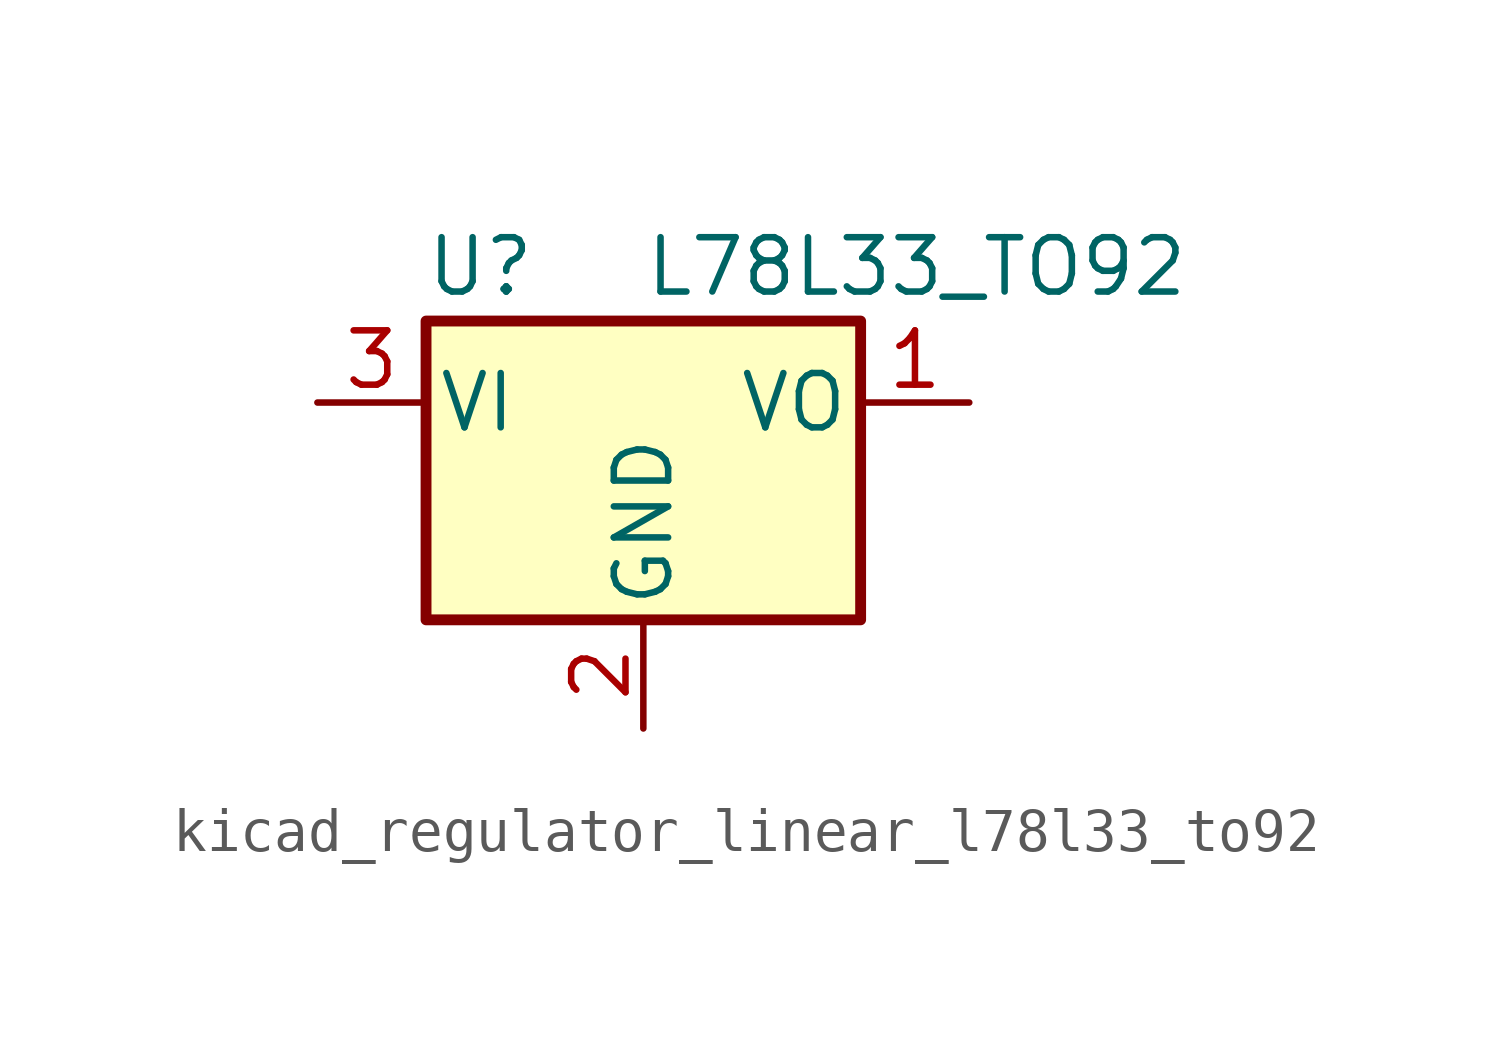
<source format=kicad_sym>
(kicad_symbol_lib
  (version 20220914)
  (generator kicad_symbol_editor)
  (symbol "kicad_regulator_linear_l78l33_to92"
    (pin_names
      (offset 0.254))
    (property "Reference" "U"
      (at -3.81 3.175 0)
      (effects (font (size 1.27 1.27))))
    (property "Value" "L78L33_TO92"
      (at 0 3.175 0)
      (effects (font (size 1.27 1.27)) (justify left)))
    (symbol "kicad_regulator_linear_l78l33_to92_0_1"
      (rectangle (start -5.08 -5.08) (end 5.08 1.905) (stroke (width 0.254) (type default)) (fill (type background))))
    (symbol "kicad_regulator_linear_l78l33_to92_1_1"
      (pin power_out line (at 7.62 0 180) (length 2.54) (name "VO" (effects (font (size 1.27 1.27)))) (number "1" (effects (font (size 1.27 1.27)))))
      (pin power_in line (at 0 -7.62 90) (length 2.54) (name "GND" (effects (font (size 1.27 1.27)))) (number "2" (effects (font (size 1.27 1.27)))))
      (pin power_in line (at -7.62 0 0) (length 2.54) (name "VI" (effects (font (size 1.27 1.27)))) (number "3" (effects (font (size 1.27 1.27))))))))
</source>
